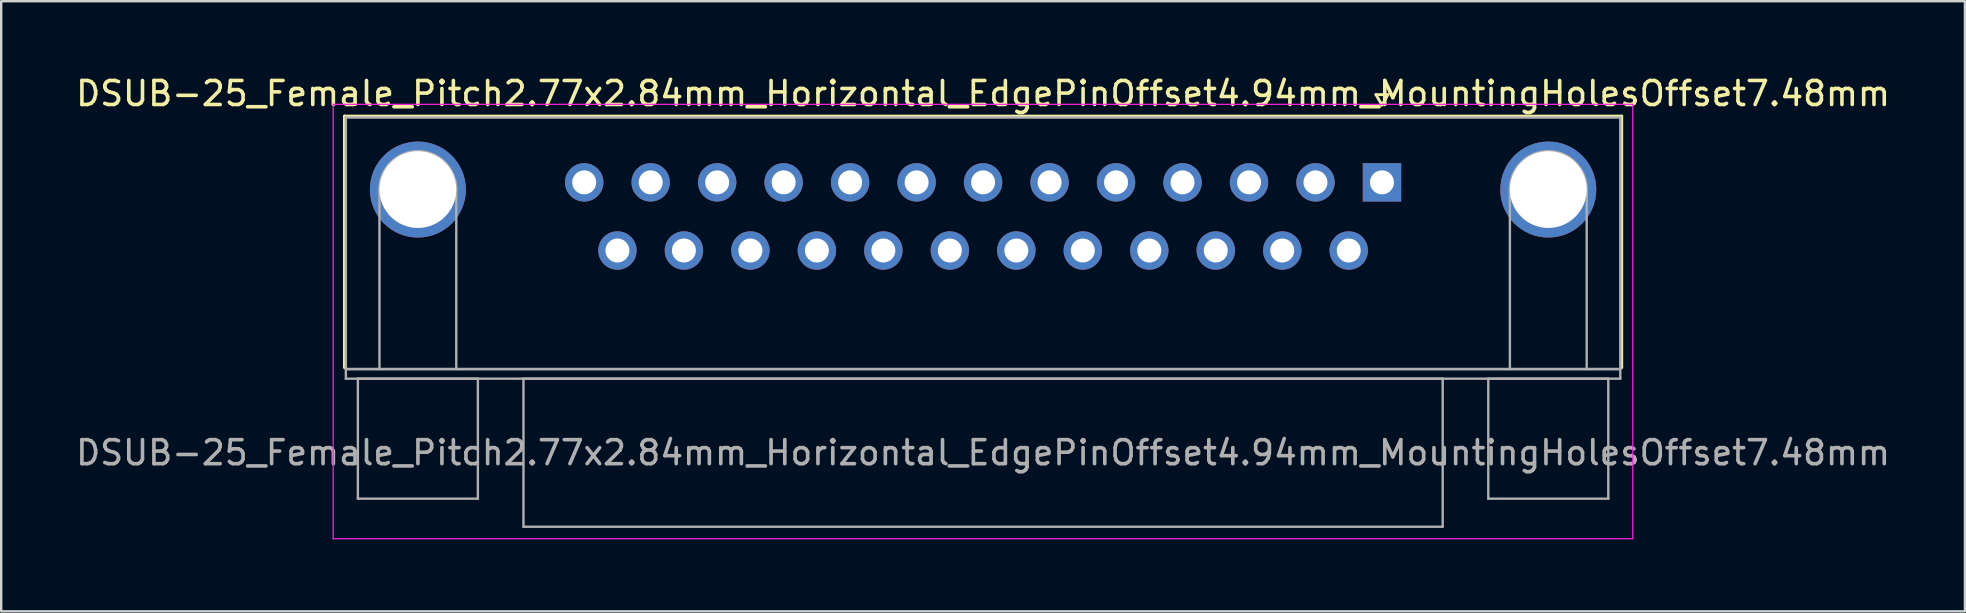
<source format=kicad_pcb>
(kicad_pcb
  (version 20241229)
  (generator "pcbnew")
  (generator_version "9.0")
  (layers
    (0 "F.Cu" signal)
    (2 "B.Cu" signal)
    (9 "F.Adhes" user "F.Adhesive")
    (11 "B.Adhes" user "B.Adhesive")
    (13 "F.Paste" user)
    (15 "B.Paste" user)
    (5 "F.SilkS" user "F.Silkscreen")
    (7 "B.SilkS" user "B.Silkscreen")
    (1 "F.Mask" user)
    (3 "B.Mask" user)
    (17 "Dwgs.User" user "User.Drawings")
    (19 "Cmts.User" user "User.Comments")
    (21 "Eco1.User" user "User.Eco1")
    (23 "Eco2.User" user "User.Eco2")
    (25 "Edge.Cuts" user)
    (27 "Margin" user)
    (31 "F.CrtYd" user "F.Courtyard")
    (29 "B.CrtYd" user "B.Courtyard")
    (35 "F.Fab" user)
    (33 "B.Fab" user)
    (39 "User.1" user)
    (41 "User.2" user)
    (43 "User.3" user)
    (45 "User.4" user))
  (footprint "DSUB-25_Female_Pitch2.77x2.84mm_Horizontal_EdgePinOffset4.94mm_MountingHolesOffset7.48mm"
    (layer "F.Cu")
    (at 54.531 4.548)
    (property "Reference" "DSUB-25_Female_Pitch2.77x2.84mm_Horizontal_EdgePinOffset4.94mm_MountingHolesOffset7.48mm" (at -16.62 -3.7 0) (layer "F.SilkS") (effects (font (size 1 1) (thickness 0.15))))
    (attr through_hole)
    (fp_line (start -43.23 -2.76) (end 9.99 -2.76) (stroke (width 0.12) (type solid)) (layer "F.SilkS"))
    (fp_line (start -43.23 7.72) (end -43.23 -2.76) (stroke (width 0.12) (type solid)) (layer "F.SilkS"))
    (fp_line (start -0.25 -3.654) (end 0.25 -3.654) (stroke (width 0.12) (type solid)) (layer "F.SilkS"))
    (fp_line (start 0 -3.221) (end -0.25 -3.654) (stroke (width 0.12) (type solid)) (layer "F.SilkS"))
    (fp_line (start 0.25 -3.654) (end 0 -3.221) (stroke (width 0.12) (type solid)) (layer "F.SilkS"))
    (fp_line (start 9.99 -2.76) (end 9.99 7.72) (stroke (width 0.12) (type solid)) (layer "F.SilkS"))
    (fp_line (start -43.7 -3.25) (end -43.7 14.85) (stroke (width 0.05) (type solid)) (layer "F.CrtYd"))
    (fp_line (start -43.7 14.85) (end 10.45 14.85) (stroke (width 0.05) (type solid)) (layer "F.CrtYd"))
    (fp_line (start 10.45 -3.25) (end -43.7 -3.25) (stroke (width 0.05) (type solid)) (layer "F.CrtYd"))
    (fp_line (start 10.45 14.85) (end 10.45 -3.25) (stroke (width 0.05) (type solid)) (layer "F.CrtYd"))
    (fp_line (start -43.17 -2.7) (end -43.17 7.78) (stroke (width 0.1) (type solid)) (layer "F.Fab"))
    (fp_line (start -43.17 7.78) (end -43.17 8.18) (stroke (width 0.1) (type solid)) (layer "F.Fab"))
    (fp_line (start -43.17 7.78) (end 9.93 7.78) (stroke (width 0.1) (type solid)) (layer "F.Fab"))
    (fp_line (start -43.17 8.18) (end 9.93 8.18) (stroke (width 0.1) (type solid)) (layer "F.Fab"))
    (fp_line (start -42.67 8.18) (end -42.67 13.18) (stroke (width 0.1) (type solid)) (layer "F.Fab"))
    (fp_line (start -42.67 13.18) (end -37.67 13.18) (stroke (width 0.1) (type solid)) (layer "F.Fab"))
    (fp_line (start -41.77 7.78) (end -41.77 0.3) (stroke (width 0.1) (type solid)) (layer "F.Fab"))
    (fp_line (start -38.57 7.78) (end -38.57 0.3) (stroke (width 0.1) (type solid)) (layer "F.Fab"))
    (fp_line (start -37.67 8.18) (end -42.67 8.18) (stroke (width 0.1) (type solid)) (layer "F.Fab"))
    (fp_line (start -37.67 13.18) (end -37.67 8.18) (stroke (width 0.1) (type solid)) (layer "F.Fab"))
    (fp_line (start -35.77 8.18) (end -35.77 14.35) (stroke (width 0.1) (type solid)) (layer "F.Fab"))
    (fp_line (start -35.77 14.35) (end 2.53 14.35) (stroke (width 0.1) (type solid)) (layer "F.Fab"))
    (fp_line (start 2.53 8.18) (end -35.77 8.18) (stroke (width 0.1) (type solid)) (layer "F.Fab"))
    (fp_line (start 2.53 14.35) (end 2.53 8.18) (stroke (width 0.1) (type solid)) (layer "F.Fab"))
    (fp_line (start 4.43 8.18) (end 4.43 13.18) (stroke (width 0.1) (type solid)) (layer "F.Fab"))
    (fp_line (start 4.43 13.18) (end 9.43 13.18) (stroke (width 0.1) (type solid)) (layer "F.Fab"))
    (fp_line (start 5.33 7.78) (end 5.33 0.3) (stroke (width 0.1) (type solid)) (layer "F.Fab"))
    (fp_line (start 8.53 7.78) (end 8.53 0.3) (stroke (width 0.1) (type solid)) (layer "F.Fab"))
    (fp_line (start 9.43 8.18) (end 4.43 8.18) (stroke (width 0.1) (type solid)) (layer "F.Fab"))
    (fp_line (start 9.43 13.18) (end 9.43 8.18) (stroke (width 0.1) (type solid)) (layer "F.Fab"))
    (fp_line (start 9.93 -2.7) (end -43.17 -2.7) (stroke (width 0.1) (type solid)) (layer "F.Fab"))
    (fp_line (start 9.93 7.78) (end -43.17 7.78) (stroke (width 0.1) (type solid)) (layer "F.Fab"))
    (fp_line (start 9.93 7.78) (end 9.93 -2.7) (stroke (width 0.1) (type solid)) (layer "F.Fab"))
    (fp_line (start 9.93 8.18) (end 9.93 7.78) (stroke (width 0.1) (type solid)) (layer "F.Fab"))
    (fp_arc (start -41.77 0.3) (mid -40.17 -1.3) (end -38.57 0.3) (stroke (width 0.1) (type solid)) (layer "F.Fab"))
    (fp_arc (start 5.33 0.3) (mid 6.93 -1.3) (end 8.53 0.3) (stroke (width 0.1) (type solid)) (layer "F.Fab"))
    (fp_text user "${REFERENCE}" (at -16.62 11.265 0) (layer "F.Fab") (effects (font (size 1 1) (thickness 0.15))))
    (pad "0" thru_hole circle (at -40.17 0.3) (size 4 4) (drill 3.2) (layers "*.Cu" "*.Mask"))
    (pad "0" thru_hole circle (at 6.93 0.3) (size 4 4) (drill 3.2) (layers "*.Cu" "*.Mask"))
    (pad "1" thru_hole rect (at 0 0) (size 1.6 1.6) (drill 1) (layers "*.Cu" "*.Mask"))
    (pad "2" thru_hole circle (at -2.77 0) (size 1.6 1.6) (drill 1) (layers "*.Cu" "*.Mask"))
    (pad "3" thru_hole circle (at -5.54 0) (size 1.6 1.6) (drill 1) (layers "*.Cu" "*.Mask"))
    (pad "4" thru_hole circle (at -8.31 0) (size 1.6 1.6) (drill 1) (layers "*.Cu" "*.Mask"))
    (pad "5" thru_hole circle (at -11.08 0) (size 1.6 1.6) (drill 1) (layers "*.Cu" "*.Mask"))
    (pad "6" thru_hole circle (at -13.85 0) (size 1.6 1.6) (drill 1) (layers "*.Cu" "*.Mask"))
    (pad "7" thru_hole circle (at -16.62 0) (size 1.6 1.6) (drill 1) (layers "*.Cu" "*.Mask"))
    (pad "8" thru_hole circle (at -19.39 0) (size 1.6 1.6) (drill 1) (layers "*.Cu" "*.Mask"))
    (pad "9" thru_hole circle (at -22.16 0) (size 1.6 1.6) (drill 1) (layers "*.Cu" "*.Mask"))
    (pad "10" thru_hole circle (at -24.93 0) (size 1.6 1.6) (drill 1) (layers "*.Cu" "*.Mask"))
    (pad "11" thru_hole circle (at -27.7 0) (size 1.6 1.6) (drill 1) (layers "*.Cu" "*.Mask"))
    (pad "12" thru_hole circle (at -30.47 0) (size 1.6 1.6) (drill 1) (layers "*.Cu" "*.Mask"))
    (pad "13" thru_hole circle (at -33.24 0) (size 1.6 1.6) (drill 1) (layers "*.Cu" "*.Mask"))
    (pad "14" thru_hole circle (at -1.385 2.84) (size 1.6 1.6) (drill 1) (layers "*.Cu" "*.Mask"))
    (pad "15" thru_hole circle (at -4.155 2.84) (size 1.6 1.6) (drill 1) (layers "*.Cu" "*.Mask"))
    (pad "16" thru_hole circle (at -6.925 2.84) (size 1.6 1.6) (drill 1) (layers "*.Cu" "*.Mask"))
    (pad "17" thru_hole circle (at -9.695 2.84) (size 1.6 1.6) (drill 1) (layers "*.Cu" "*.Mask"))
    (pad "18" thru_hole circle (at -12.465 2.84) (size 1.6 1.6) (drill 1) (layers "*.Cu" "*.Mask"))
    (pad "19" thru_hole circle (at -15.235 2.84) (size 1.6 1.6) (drill 1) (layers "*.Cu" "*.Mask"))
    (pad "20" thru_hole circle (at -18.005 2.84) (size 1.6 1.6) (drill 1) (layers "*.Cu" "*.Mask"))
    (pad "21" thru_hole circle (at -20.775 2.84) (size 1.6 1.6) (drill 1) (layers "*.Cu" "*.Mask"))
    (pad "22" thru_hole circle (at -23.545 2.84) (size 1.6 1.6) (drill 1) (layers "*.Cu" "*.Mask"))
    (pad "23" thru_hole circle (at -26.315 2.84) (size 1.6 1.6) (drill 1) (layers "*.Cu" "*.Mask"))
    (pad "24" thru_hole circle (at -29.085 2.84) (size 1.6 1.6) (drill 1) (layers "*.Cu" "*.Mask"))
    (pad "25" thru_hole circle (at -31.855 2.84) (size 1.6 1.6) (drill 1) (layers "*.Cu" "*.Mask")))
  (gr_rect
    (start -3 -3)
    (end 78.821 22.423)
    (stroke (width 0.1) (type default))
    (fill no)
    (layer "Edge.Cuts")))
</source>
